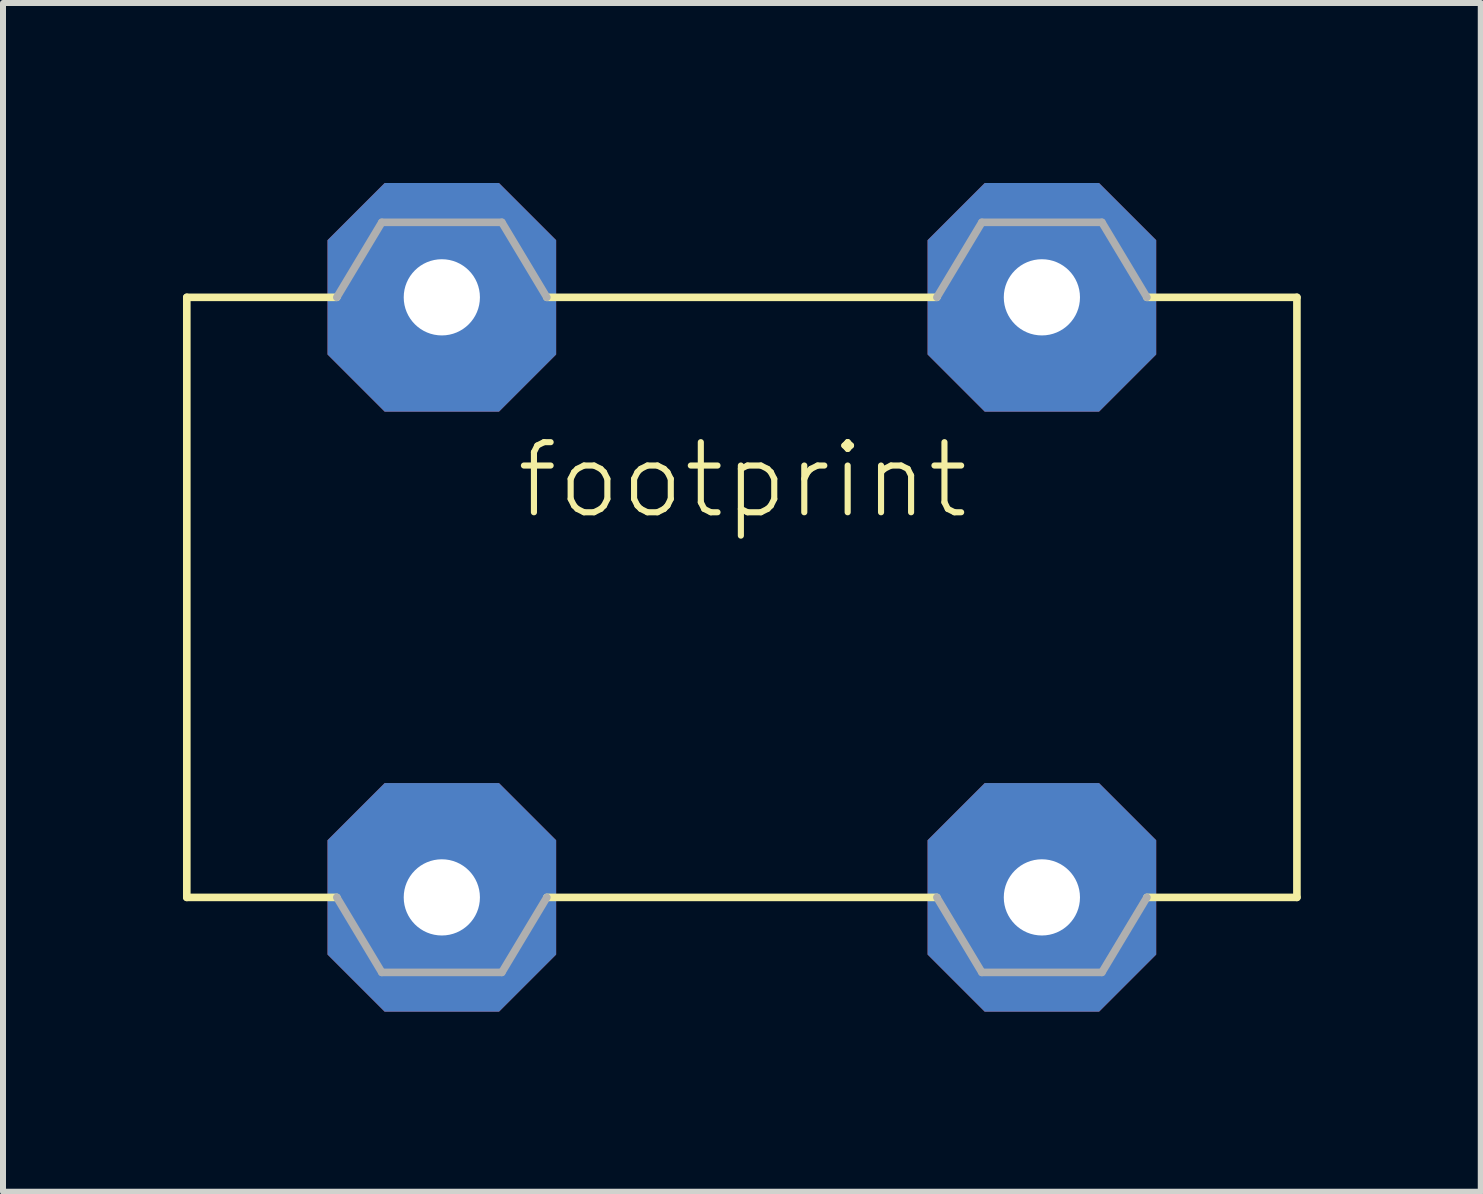
<source format=kicad_pcb>
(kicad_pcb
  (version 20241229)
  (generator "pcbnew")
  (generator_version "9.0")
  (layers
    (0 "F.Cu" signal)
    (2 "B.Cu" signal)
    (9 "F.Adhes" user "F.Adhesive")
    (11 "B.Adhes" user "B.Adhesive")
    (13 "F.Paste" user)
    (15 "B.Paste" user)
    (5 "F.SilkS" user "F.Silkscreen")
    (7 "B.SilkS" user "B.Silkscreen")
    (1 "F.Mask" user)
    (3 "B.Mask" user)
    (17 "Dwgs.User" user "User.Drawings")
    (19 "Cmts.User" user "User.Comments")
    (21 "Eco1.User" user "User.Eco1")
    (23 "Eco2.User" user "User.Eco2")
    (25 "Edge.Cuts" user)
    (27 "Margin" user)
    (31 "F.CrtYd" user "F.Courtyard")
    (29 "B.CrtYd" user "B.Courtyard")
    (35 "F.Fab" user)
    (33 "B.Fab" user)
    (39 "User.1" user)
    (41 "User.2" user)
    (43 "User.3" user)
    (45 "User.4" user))
  (footprint "footprint"
    (layer "F.Cu")
    (at 9.313 6.905)
    (property "Reference" "footprint" (at -3.81 -1.27 0) (layer "F.SilkS") (effects (font (size 1.168 1.168) (thickness 0.102)) (justify left bottom)))
    (fp_line (start -9.25 -5) (end -6.75 -5) (stroke (width 0.127) (type solid)) (layer "F.SilkS"))
    (fp_line (start -9.25 5) (end -9.25 -5) (stroke (width 0.127) (type solid)) (layer "F.SilkS"))
    (fp_line (start -6.75 5) (end -9.25 5) (stroke (width 0.127) (type solid)) (layer "F.SilkS"))
    (fp_line (start -3.25 -5) (end 3.25 -5) (stroke (width 0.127) (type solid)) (layer "F.SilkS"))
    (fp_line (start 3.25 5) (end -3.25 5) (stroke (width 0.127) (type solid)) (layer "F.SilkS"))
    (fp_line (start 6.75 -5) (end 9.25 -5) (stroke (width 0.127) (type solid)) (layer "F.SilkS"))
    (fp_line (start 9.25 -5) (end 9.25 5) (stroke (width 0.127) (type solid)) (layer "F.SilkS"))
    (fp_line (start 9.25 5) (end 6.75 5) (stroke (width 0.127) (type solid)) (layer "F.SilkS"))
    (fp_line (start -6.75 -5) (end -6 -6.25) (stroke (width 0.127) (type solid)) (layer "F.Fab"))
    (fp_line (start -6 -6.25) (end -4 -6.25) (stroke (width 0.127) (type solid)) (layer "F.Fab"))
    (fp_line (start -6 6.25) (end -6.75 5) (stroke (width 0.127) (type solid)) (layer "F.Fab"))
    (fp_line (start -4 -6.25) (end -3.25 -5) (stroke (width 0.127) (type solid)) (layer "F.Fab"))
    (fp_line (start -4 6.25) (end -6 6.25) (stroke (width 0.127) (type solid)) (layer "F.Fab"))
    (fp_line (start -3.25 5) (end -4 6.25) (stroke (width 0.127) (type solid)) (layer "F.Fab"))
    (fp_line (start 3.25 -5) (end 4 -6.25) (stroke (width 0.127) (type solid)) (layer "F.Fab"))
    (fp_line (start 4 -6.25) (end 6 -6.25) (stroke (width 0.127) (type solid)) (layer "F.Fab"))
    (fp_line (start 4 6.25) (end 3.25 5) (stroke (width 0.127) (type solid)) (layer "F.Fab"))
    (fp_line (start 6 -6.25) (end 6.75 -5) (stroke (width 0.127) (type solid)) (layer "F.Fab"))
    (fp_line (start 6 6.25) (end 4 6.25) (stroke (width 0.127) (type solid)) (layer "F.Fab"))
    (fp_line (start 6.75 5) (end 6 6.25) (stroke (width 0.127) (type solid)) (layer "F.Fab"))
    (pad "1" thru_hole roundrect (at -5 -5) (size 3.81 3.81) (drill 1.27) (layers "*.Cu" "*.Mask") (roundrect_rratio 0.25) (chamfer_ratio 0.25) (chamfer top_left top_right bottom_left bottom_right))
    (pad "2" thru_hole roundrect (at -5 5) (size 3.81 3.81) (drill 1.27) (layers "*.Cu" "*.Mask") (roundrect_rratio 0.25) (chamfer_ratio 0.25) (chamfer top_left top_right bottom_left bottom_right))
    (pad "3" thru_hole roundrect (at 5 -5) (size 3.81 3.81) (drill 1.27) (layers "*.Cu" "*.Mask") (roundrect_rratio 0.25) (chamfer_ratio 0.25) (chamfer top_left top_right bottom_left bottom_right))
    (pad "4" thru_hole roundrect (at 5 5) (size 3.81 3.81) (drill 1.27) (layers "*.Cu" "*.Mask") (roundrect_rratio 0.25) (chamfer_ratio 0.25) (chamfer top_left top_right bottom_left bottom_right)))
  (gr_rect
    (start -3 -3)
    (end 21.627 16.81)
    (stroke (width 0.1) (type default))
    (fill no)
    (layer "Edge.Cuts")))
</source>
